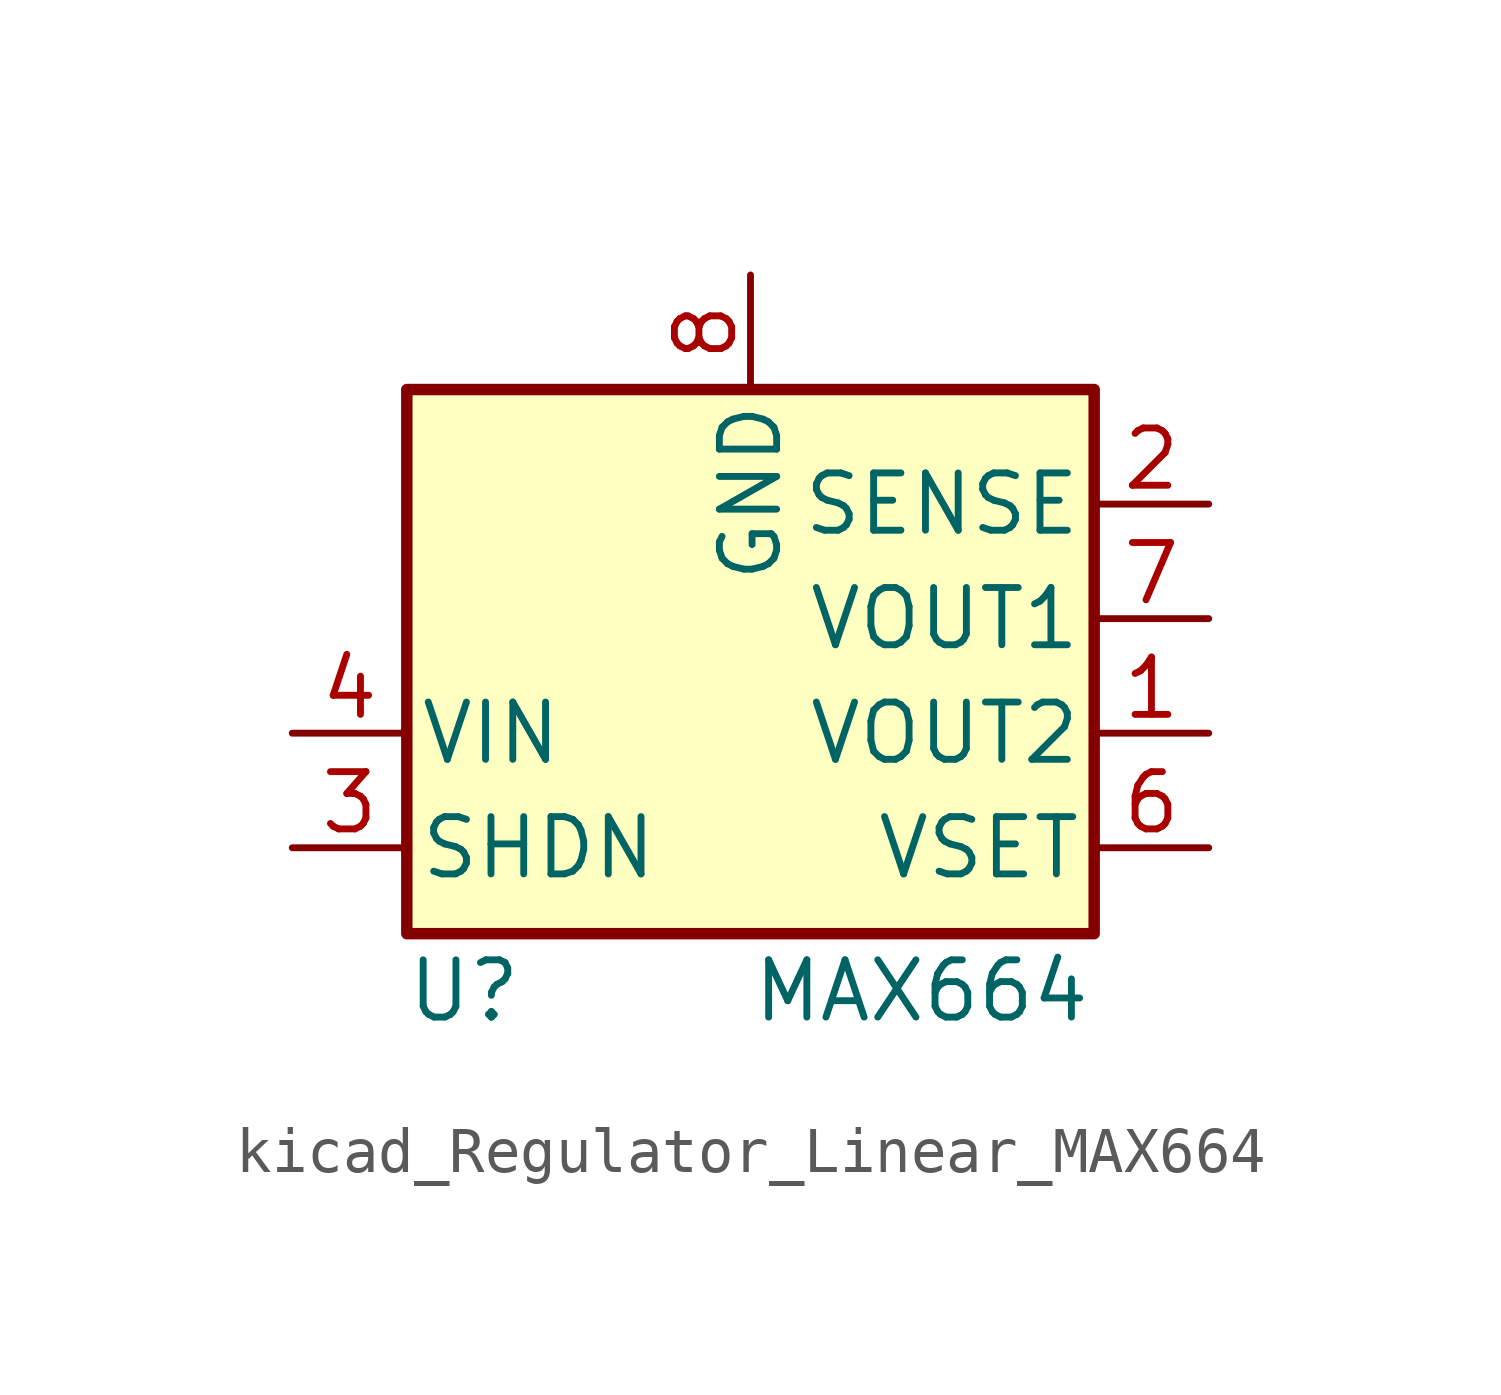
<source format=kicad_sym>
(kicad_symbol_lib
  (version 20220914)
  (generator kicad_symbol_editor)
  (symbol "kicad_Regulator_Linear_MAX664"
    (pin_names
      (offset 0.254))
    (property "Reference" "U"
      (at -6.35 -8.255 0)
      (effects (font (size 1.27 1.27))))
    (property "Value" "MAX664"
      (at 0 -8.255 0)
      (effects (font (size 1.27 1.27)) (justify left)))
    (symbol "kicad_Regulator_Linear_MAX664_0_1"
      (rectangle (start -7.62 -6.985) (end 7.62 5.08) (stroke (width 0.254) (type default)) (fill (type background))))
    (symbol "kicad_Regulator_Linear_MAX664_1_1"
      (pin power_out line (at 10.16 -2.54 180) (length 2.54) (name "VOUT2" (effects (font (size 1.27 1.27)))) (number "1" (effects (font (size 1.27 1.27)))))
      (pin input line (at 10.16 2.54 180) (length 2.54) (name "SENSE" (effects (font (size 1.27 1.27)))) (number "2" (effects (font (size 1.27 1.27)))))
      (pin input line (at -10.16 -5.08 0) (length 2.54) (name "SHDN" (effects (font (size 1.27 1.27)))) (number "3" (effects (font (size 1.27 1.27)))))
      (pin power_in line (at -10.16 -2.54 0) (length 2.54) (name "VIN" (effects (font (size 1.27 1.27)))) (number "4" (effects (font (size 1.27 1.27)))))
      (pin input line (at -10.16 -5.08 0) (length 2.54) hide (name "SHDN" (effects (font (size 1.27 1.27)))) (number "5" (effects (font (size 1.27 1.27)))))
      (pin input line (at 10.16 -5.08 180) (length 2.54) (name "VSET" (effects (font (size 1.27 1.27)))) (number "6" (effects (font (size 1.27 1.27)))))
      (pin power_out line (at 10.16 0 180) (length 2.54) (name "VOUT1" (effects (font (size 1.27 1.27)))) (number "7" (effects (font (size 1.27 1.27)))))
      (pin power_in line (at 0 7.62 270) (length 2.54) (name "GND" (effects (font (size 1.27 1.27)))) (number "8" (effects (font (size 1.27 1.27))))))))
</source>
